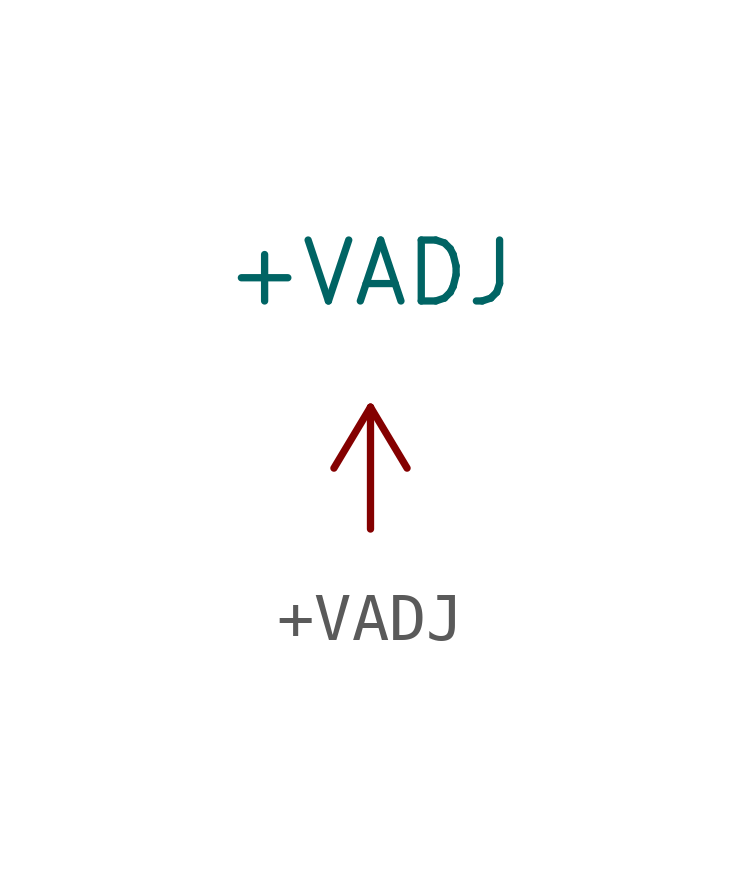
<source format=kicad_sym>
(kicad_symbol_lib
  (version 20220914)
  (generator kicad_symbol_editor)
  (symbol "+VADJ"
    (power)
    (pin_names
      (offset 0))
    (property "Reference" "#PWRVADJ"
      (at 0 -3.81 0)
      (effects (font (size 1.27 1.27)) hide))
    (property "Value" "+VADJ"
      (at 0 5.334 0)
      (effects (font (size 1.27 1.27))))
    (symbol "+VADJ_0_1"
      (polyline (pts (xy -0.762 1.27) (xy 0 2.54)) (stroke (width 0) (type default)) (fill (type none)))
      (polyline (pts (xy 0 0) (xy 0 2.54)) (stroke (width 0) (type default)) (fill (type none)))
      (polyline (pts (xy 0 2.54) (xy 0.762 1.27)) (stroke (width 0) (type default)) (fill (type none))))
    (symbol "+VADJ_1_1"
      (pin power_in line (at 0 0 90) (length 0) hide (name "+VADJ" (effects (font (size 1.27 1.27)))) (number "1" (effects (font (size 1.27 1.27))))))))
</source>
